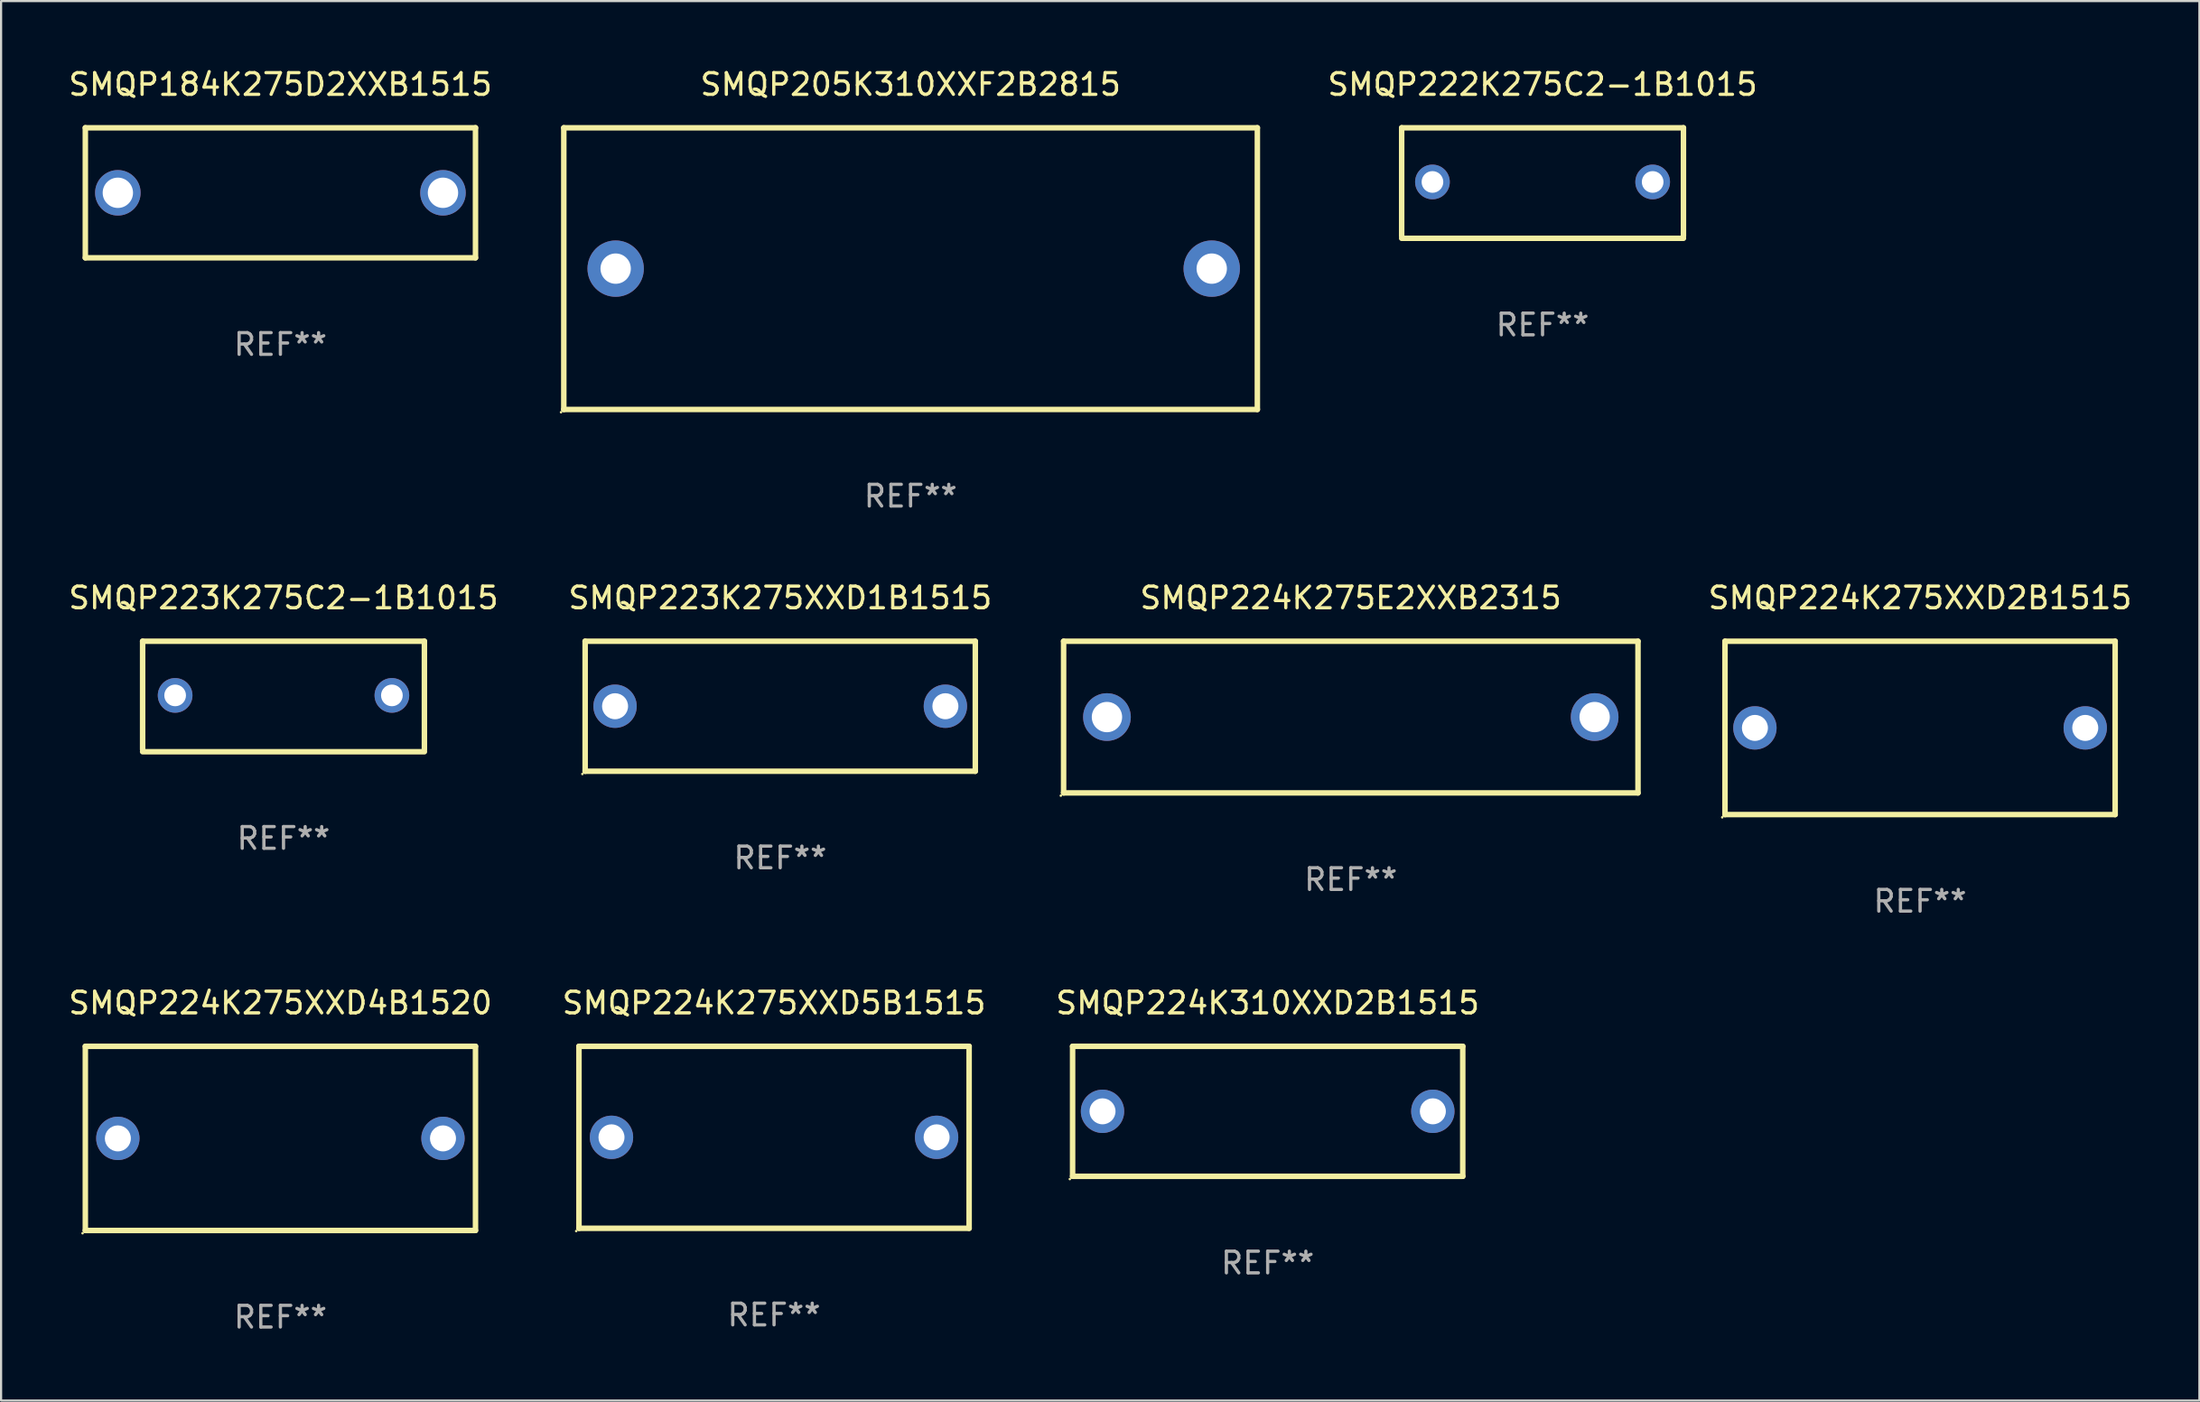
<source format=kicad_pcb>
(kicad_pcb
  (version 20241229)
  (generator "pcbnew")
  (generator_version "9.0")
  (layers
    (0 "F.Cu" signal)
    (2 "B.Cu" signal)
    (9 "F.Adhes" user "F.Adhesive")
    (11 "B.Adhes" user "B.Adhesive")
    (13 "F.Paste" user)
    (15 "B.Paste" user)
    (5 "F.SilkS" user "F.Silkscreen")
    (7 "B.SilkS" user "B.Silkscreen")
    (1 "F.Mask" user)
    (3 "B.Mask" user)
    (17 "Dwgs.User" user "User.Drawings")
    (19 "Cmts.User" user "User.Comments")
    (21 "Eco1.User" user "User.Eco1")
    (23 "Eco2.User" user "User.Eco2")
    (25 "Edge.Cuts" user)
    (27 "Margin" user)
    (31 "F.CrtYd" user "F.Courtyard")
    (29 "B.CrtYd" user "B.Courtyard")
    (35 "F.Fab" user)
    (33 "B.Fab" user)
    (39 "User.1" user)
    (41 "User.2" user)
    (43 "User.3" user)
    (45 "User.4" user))
  (footprint "SMQP224K275XXD5B1515"
    (layer "F.Cu")
    (at 32.661 49.441)
    (property "Reference" "SMQP224K275XXD5B1515" (at 0 -6.2 0) (layer "F.SilkS") (effects (font (size 1 1) (thickness 0.15))))
    (attr through_hole)
    (fp_line (start -9 -4.2) (end 9 -4.2) (stroke (width 0.254) (type solid)) (layer "F.SilkS"))
    (fp_line (start -9 4.2) (end -9 -4.2) (stroke (width 0.254) (type solid)) (layer "F.SilkS"))
    (fp_line (start 9 -4.2) (end 9 4.2) (stroke (width 0.254) (type solid)) (layer "F.SilkS"))
    (fp_line (start 9 4.2) (end -9 4.2) (stroke (width 0.254) (type solid)) (layer "F.SilkS"))
    (fp_circle (center -9.127 4.327) (end -9.097 4.327) (stroke (width 0.06) (type solid)) (fill no) (layer "F.SilkS"))
    (fp_text user "REF**" (at 0 8.2 0) (layer "F.Fab") (effects (font (size 1 1) (thickness 0.15))))
    (pad "1" thru_hole circle (at -7.5 0) (size 2 2) (drill 1.2) (layers "*.Cu" "*.Mask"))
    (pad "2" thru_hole circle (at 7.5 0) (size 2 2) (drill 1.2) (layers "*.Cu" "*.Mask")))
  (footprint "SMQP184K275D2XXB1515"
    (layer "F.Cu")
    (at 9.887 5.848)
    (property "Reference" "SMQP184K275D2XXB1515" (at 0 -5 0) (layer "F.SilkS") (effects (font (size 1 1) (thickness 0.15))))
    (attr through_hole)
    (fp_line (start -9 -3) (end 9 -3) (stroke (width 0.254) (type solid)) (layer "F.SilkS"))
    (fp_line (start -9 3) (end -9 -3) (stroke (width 0.254) (type solid)) (layer "F.SilkS"))
    (fp_line (start 9 -3) (end 9 3) (stroke (width 0.254) (type solid)) (layer "F.SilkS"))
    (fp_line (start 9 3) (end -9 3) (stroke (width 0.254) (type solid)) (layer "F.SilkS"))
    (fp_circle (center -9 3) (end -8.97 3) (stroke (width 0.06) (type solid)) (fill no) (layer "F.SilkS"))
    (fp_text user "REF**" (at 0 7 0) (layer "F.Fab") (effects (font (size 1 1) (thickness 0.15))))
    (pad "1" thru_hole circle (at -7.5 0) (size 2.1 2.1) (drill 1.4) (layers "*.Cu" "*.Mask"))
    (pad "2" thru_hole circle (at 7.5 0) (size 2.1 2.1) (drill 1.4) (layers "*.Cu" "*.Mask")))
  (footprint "SMQP224K275XXD4B1520"
    (layer "F.Cu")
    (at 9.887 49.491)
    (property "Reference" "SMQP224K275XXD4B1520" (at 0 -6.25 0) (layer "F.SilkS") (effects (font (size 1 1) (thickness 0.15))))
    (attr through_hole)
    (fp_line (start -9 -4.25) (end -9 4.25) (stroke (width 0.254) (type solid)) (layer "F.SilkS"))
    (fp_line (start -9 -4.25) (end 9 -4.25) (stroke (width 0.254) (type solid)) (layer "F.SilkS"))
    (fp_line (start 9 4.25) (end -9 4.25) (stroke (width 0.254) (type solid)) (layer "F.SilkS"))
    (fp_line (start 9 4.25) (end 9 -4.25) (stroke (width 0.254) (type solid)) (layer "F.SilkS"))
    (fp_circle (center -9.127 4.377) (end -9.097 4.377) (stroke (width 0.06) (type solid)) (fill no) (layer "F.SilkS"))
    (fp_text user "REF**" (at 0 8.25 0) (layer "F.Fab") (effects (font (size 1 1) (thickness 0.15))))
    (pad "1" thru_hole circle (at -7.5 0) (size 2 2) (drill 1.2) (layers "*.Cu" "*.Mask"))
    (pad "2" thru_hole circle (at 7.5 0) (size 2 2) (drill 1.2) (layers "*.Cu" "*.Mask")))
  (footprint "SMQP223K275C2-1B1015"
    (layer "F.Cu")
    (at 10.03 29.095)
    (property "Reference" "SMQP223K275C2-1B1015" (at 0 -4.55 0) (layer "F.SilkS") (effects (font (size 1 1) (thickness 0.15))))
    (attr through_hole)
    (fp_line (start -6.5 -2.55) (end 6.5 -2.55) (stroke (width 0.254) (type solid)) (layer "F.SilkS"))
    (fp_line (start -6.5 2.45) (end -6.5 -2.55) (stroke (width 0.254) (type solid)) (layer "F.SilkS"))
    (fp_line (start 6.5 -2.55) (end 6.5 2.45) (stroke (width 0.254) (type solid)) (layer "F.SilkS"))
    (fp_line (start 6.5 2.55) (end -6.5 2.55) (stroke (width 0.254) (type solid)) (layer "F.SilkS"))
    (fp_circle (center -6.5 2.45) (end -6.47 2.45) (stroke (width 0.06) (type solid)) (fill no) (layer "F.SilkS"))
    (fp_text user "REF**" (at 0 6.55 0) (layer "F.Fab") (effects (font (size 1 1) (thickness 0.15))))
    (pad "1" thru_hole circle (at -5 -0.05) (size 1.6 1.6) (drill 1) (layers "*.Cu" "*.Mask"))
    (pad "2" thru_hole circle (at 5 -0.05) (size 1.6 1.6) (drill 1) (layers "*.Cu" "*.Mask")))
  (footprint "SMQP224K310XXD2B1515"
    (layer "F.Cu")
    (at 55.435 48.241)
    (property "Reference" "SMQP224K310XXD2B1515" (at 0 -5 0) (layer "F.SilkS") (effects (font (size 1 1) (thickness 0.15))))
    (attr through_hole)
    (fp_line (start -9 -3) (end 9 -3) (stroke (width 0.254) (type solid)) (layer "F.SilkS"))
    (fp_line (start -9 3) (end -9 -3) (stroke (width 0.254) (type solid)) (layer "F.SilkS"))
    (fp_line (start 9 -3) (end 9 3) (stroke (width 0.254) (type solid)) (layer "F.SilkS"))
    (fp_line (start 9 3) (end -9 3) (stroke (width 0.254) (type solid)) (layer "F.SilkS"))
    (fp_circle (center -9.127 3.127) (end -9.097 3.127) (stroke (width 0.06) (type solid)) (fill no) (layer "F.SilkS"))
    (fp_text user "REF**" (at 0 7 0) (layer "F.Fab") (effects (font (size 1 1) (thickness 0.15))))
    (pad "1" thru_hole circle (at -7.62 0) (size 2 2) (drill 1.2) (layers "*.Cu" "*.Mask"))
    (pad "2" thru_hole circle (at 7.62 0) (size 2 2) (drill 1.2) (layers "*.Cu" "*.Mask")))
  (footprint "SMQP205K310XXF2B2815"
    (layer "F.Cu")
    (at 38.96 9.348)
    (property "Reference" "SMQP205K310XXF2B2815" (at 0 -8.5 0) (layer "F.SilkS") (effects (font (size 1 1) (thickness 0.15))))
    (attr through_hole)
    (fp_line (start -15.999 -6.5) (end -15.999 6.5) (stroke (width 0.254) (type solid)) (layer "F.SilkS"))
    (fp_line (start -15.999 -6.5) (end 15.999 -6.5) (stroke (width 0.254) (type solid)) (layer "F.SilkS"))
    (fp_line (start 15.999 -6.5) (end 15.999 6.5) (stroke (width 0.254) (type solid)) (layer "F.SilkS"))
    (fp_line (start 15.999 6.5) (end -15.999 6.5) (stroke (width 0.254) (type solid)) (layer "F.SilkS"))
    (fp_circle (center -16.126 6.627) (end -16.096 6.627) (stroke (width 0.06) (type solid)) (fill no) (layer "F.SilkS"))
    (fp_text user "REF**" (at 0 10.5 0) (layer "F.Fab") (effects (font (size 1 1) (thickness 0.15))))
    (pad "1" thru_hole circle (at -13.606 0) (size 2.6 2.6) (drill 1.4) (layers "*.Cu" "*.Mask"))
    (pad "2" thru_hole circle (at 13.894 0) (size 2.6 2.6) (drill 1.4) (layers "*.Cu" "*.Mask")))
  (footprint "SMQP222K275C2-1B1015"
    (layer "F.Cu")
    (at 68.117 5.398)
    (property "Reference" "SMQP222K275C2-1B1015" (at 0 -4.55 0) (layer "F.SilkS") (effects (font (size 1 1) (thickness 0.15))))
    (attr through_hole)
    (fp_line (start -6.5 -2.55) (end 6.5 -2.55) (stroke (width 0.254) (type solid)) (layer "F.SilkS"))
    (fp_line (start -6.5 2.45) (end -6.5 -2.55) (stroke (width 0.254) (type solid)) (layer "F.SilkS"))
    (fp_line (start 6.5 -2.55) (end 6.5 2.45) (stroke (width 0.254) (type solid)) (layer "F.SilkS"))
    (fp_line (start 6.5 2.55) (end -6.5 2.55) (stroke (width 0.254) (type solid)) (layer "F.SilkS"))
    (fp_circle (center -6.5 2.45) (end -6.47 2.45) (stroke (width 0.06) (type solid)) (fill no) (layer "F.SilkS"))
    (fp_text user "REF**" (at 0 6.55 0) (layer "F.Fab") (effects (font (size 1 1) (thickness 0.15))))
    (pad "1" thru_hole circle (at -5.08 -0.05) (size 1.6 1.6) (drill 1) (layers "*.Cu" "*.Mask"))
    (pad "2" thru_hole circle (at 5.08 -0.05) (size 1.6 1.6) (drill 1) (layers "*.Cu" "*.Mask")))
  (footprint "SMQP223K275XXD1B1515"
    (layer "F.Cu")
    (at 32.946 29.545)
    (property "Reference" "SMQP223K275XXD1B1515" (at 0 -5 0) (layer "F.SilkS") (effects (font (size 1 1) (thickness 0.15))))
    (attr through_hole)
    (fp_line (start -9 -3) (end 9 -3) (stroke (width 0.254) (type solid)) (layer "F.SilkS"))
    (fp_line (start -9 3) (end -9 -3) (stroke (width 0.254) (type solid)) (layer "F.SilkS"))
    (fp_line (start 9 -3) (end 9 3) (stroke (width 0.254) (type solid)) (layer "F.SilkS"))
    (fp_line (start 9 3) (end -9 3) (stroke (width 0.254) (type solid)) (layer "F.SilkS"))
    (fp_circle (center -9.127 3.127) (end -9.097 3.127) (stroke (width 0.06) (type solid)) (fill no) (layer "F.SilkS"))
    (fp_text user "REF**" (at 0 7 0) (layer "F.Fab") (effects (font (size 1 1) (thickness 0.15))))
    (pad "1" thru_hole circle (at -7.62 0) (size 2 2) (drill 1.2) (layers "*.Cu" "*.Mask"))
    (pad "2" thru_hole circle (at 7.62 0) (size 2 2) (drill 1.2) (layers "*.Cu" "*.Mask")))
  (footprint "SMQP224K275XXD2B1515"
    (layer "F.Cu")
    (at 85.534 30.545)
    (property "Reference" "SMQP224K275XXD2B1515" (at 0 -6 0) (layer "F.SilkS") (effects (font (size 1 1) (thickness 0.15))))
    (attr through_hole)
    (fp_line (start -9 -4) (end 9 -4) (stroke (width 0.254) (type solid)) (layer "F.SilkS"))
    (fp_line (start -9 4) (end -9 -4) (stroke (width 0.254) (type solid)) (layer "F.SilkS"))
    (fp_line (start 9 -4) (end 9 4) (stroke (width 0.254) (type solid)) (layer "F.SilkS"))
    (fp_line (start 9 4) (end -9 4) (stroke (width 0.254) (type solid)) (layer "F.SilkS"))
    (fp_circle (center -9.127 4.127) (end -9.097 4.127) (stroke (width 0.06) (type solid)) (fill no) (layer "F.SilkS"))
    (fp_text user "REF**" (at 0 8 0) (layer "F.Fab") (effects (font (size 1 1) (thickness 0.15))))
    (pad "1" thru_hole circle (at -7.62 0) (size 2 2) (drill 1.2) (layers "*.Cu" "*.Mask"))
    (pad "2" thru_hole circle (at 7.62 0) (size 2 2) (drill 1.2) (layers "*.Cu" "*.Mask")))
  (footprint "SMQP224K275E2XXB2315"
    (layer "F.Cu")
    (at 59.27 30.045)
    (property "Reference" "SMQP224K275E2XXB2315" (at 0 -5.5 0) (layer "F.SilkS") (effects (font (size 1 1) (thickness 0.15))))
    (attr through_hole)
    (fp_line (start -13.25 -3.5) (end 13.25 -3.5) (stroke (width 0.254) (type solid)) (layer "F.SilkS"))
    (fp_line (start -13.25 3.5) (end -13.25 -3.5) (stroke (width 0.254) (type solid)) (layer "F.SilkS"))
    (fp_line (start 13.25 -3.5) (end 13.25 3.5) (stroke (width 0.254) (type solid)) (layer "F.SilkS"))
    (fp_line (start 13.25 3.5) (end -13.25 3.5) (stroke (width 0.254) (type solid)) (layer "F.SilkS"))
    (fp_circle (center -13.377 3.627) (end -13.347 3.627) (stroke (width 0.06) (type solid)) (fill no) (layer "F.SilkS"))
    (fp_text user "REF**" (at 0 7.5 0) (layer "F.Fab") (effects (font (size 1 1) (thickness 0.15))))
    (pad "1" thru_hole circle (at -11.25 0) (size 2.2 2.2) (drill 1.4) (layers "*.Cu" "*.Mask"))
    (pad "2" thru_hole circle (at 11.25 0) (size 2.2 2.2) (drill 1.4) (layers "*.Cu" "*.Mask")))
  (gr_rect
    (start -3 -3)
    (end 98.421 61.59)
    (stroke (width 0.1) (type default))
    (fill no)
    (layer "Edge.Cuts")))
</source>
